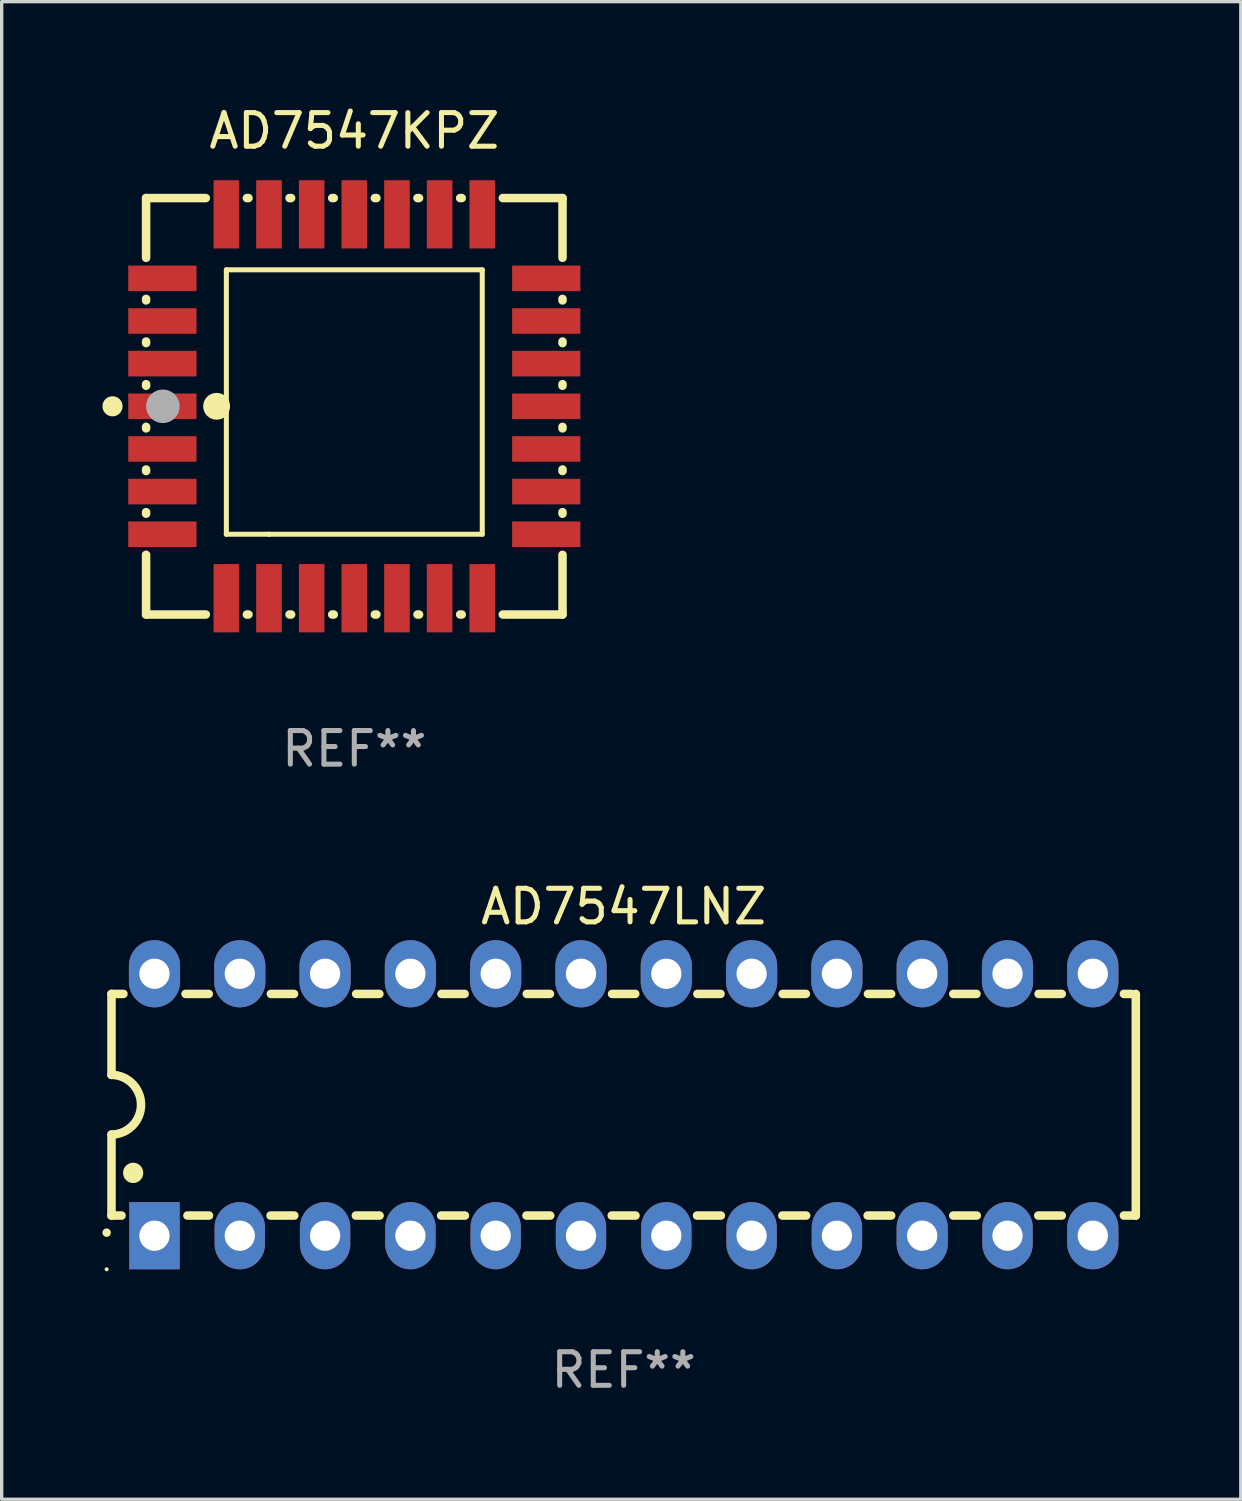
<source format=kicad_pcb>
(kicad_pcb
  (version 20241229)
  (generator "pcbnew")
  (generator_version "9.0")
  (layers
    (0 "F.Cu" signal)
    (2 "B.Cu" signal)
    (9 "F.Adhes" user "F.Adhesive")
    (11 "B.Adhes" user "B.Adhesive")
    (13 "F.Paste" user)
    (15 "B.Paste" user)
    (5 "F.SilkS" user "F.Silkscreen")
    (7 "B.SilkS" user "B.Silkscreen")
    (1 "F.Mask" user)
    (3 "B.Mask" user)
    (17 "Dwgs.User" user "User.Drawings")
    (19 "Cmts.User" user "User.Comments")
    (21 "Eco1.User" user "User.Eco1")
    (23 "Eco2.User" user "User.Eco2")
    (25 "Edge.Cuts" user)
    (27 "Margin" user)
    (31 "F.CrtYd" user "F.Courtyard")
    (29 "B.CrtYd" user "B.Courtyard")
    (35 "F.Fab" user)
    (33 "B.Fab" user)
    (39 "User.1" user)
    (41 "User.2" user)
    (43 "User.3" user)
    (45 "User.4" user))
  (footprint "AD7547KPZ"
    (layer "F.Cu")
    (at 7.5 9.048)
    (property "Reference" "AD7547KPZ" (at 0 -8.2 0) (layer "F.SilkS") (effects (font (size 1 1) (thickness 0.15))))
    (attr through_hole)
    (fp_line (start -6.2 -6.2) (end -4.422 -6.2) (stroke (width 0.254) (type solid)) (layer "F.SilkS"))
    (fp_line (start -6.2 -4.422) (end -6.2 -6.2) (stroke (width 0.254) (type solid)) (layer "F.SilkS"))
    (fp_line (start -6.2 -3.152) (end -6.2 -3.198) (stroke (width 0.254) (type solid)) (layer "F.SilkS"))
    (fp_line (start -6.2 -1.882) (end -6.2 -1.928) (stroke (width 0.254) (type solid)) (layer "F.SilkS"))
    (fp_line (start -6.2 -0.612) (end -6.2 -0.658) (stroke (width 0.254) (type solid)) (layer "F.SilkS"))
    (fp_line (start -6.2 0.658) (end -6.2 0.612) (stroke (width 0.254) (type solid)) (layer "F.SilkS"))
    (fp_line (start -6.2 1.928) (end -6.2 1.882) (stroke (width 0.254) (type solid)) (layer "F.SilkS"))
    (fp_line (start -6.2 3.198) (end -6.2 3.152) (stroke (width 0.254) (type solid)) (layer "F.SilkS"))
    (fp_line (start -6.2 6.2) (end -6.2 4.422) (stroke (width 0.254) (type solid)) (layer "F.SilkS"))
    (fp_line (start -4.422 6.2) (end -6.2 6.2) (stroke (width 0.254) (type solid)) (layer "F.SilkS"))
    (fp_line (start -3.81 -4.064) (end 3.81 -4.064) (stroke (width 0.15) (type solid)) (layer "F.SilkS"))
    (fp_line (start -3.81 3.81) (end -3.81 -4.064) (stroke (width 0.15) (type solid)) (layer "F.SilkS"))
    (fp_line (start -3.198 -6.2) (end -3.152 -6.2) (stroke (width 0.254) (type solid)) (layer "F.SilkS"))
    (fp_line (start -3.152 6.2) (end -3.198 6.2) (stroke (width 0.254) (type solid)) (layer "F.SilkS"))
    (fp_line (start -2.54 3.81) (end -3.81 3.81) (stroke (width 0.15) (type solid)) (layer "F.SilkS"))
    (fp_line (start -1.928 -6.2) (end -1.882 -6.2) (stroke (width 0.254) (type solid)) (layer "F.SilkS"))
    (fp_line (start -1.882 6.2) (end -1.928 6.2) (stroke (width 0.254) (type solid)) (layer "F.SilkS"))
    (fp_line (start -0.658 -6.2) (end -0.612 -6.2) (stroke (width 0.254) (type solid)) (layer "F.SilkS"))
    (fp_line (start -0.612 6.2) (end -0.658 6.2) (stroke (width 0.254) (type solid)) (layer "F.SilkS"))
    (fp_line (start 0.612 -6.2) (end 0.658 -6.2) (stroke (width 0.254) (type solid)) (layer "F.SilkS"))
    (fp_line (start 0.658 6.2) (end 0.612 6.2) (stroke (width 0.254) (type solid)) (layer "F.SilkS"))
    (fp_line (start 1.882 -6.2) (end 1.928 -6.2) (stroke (width 0.254) (type solid)) (layer "F.SilkS"))
    (fp_line (start 1.928 6.2) (end 1.882 6.2) (stroke (width 0.254) (type solid)) (layer "F.SilkS"))
    (fp_line (start 3.152 -6.2) (end 3.198 -6.2) (stroke (width 0.254) (type solid)) (layer "F.SilkS"))
    (fp_line (start 3.198 6.2) (end 3.152 6.2) (stroke (width 0.254) (type solid)) (layer "F.SilkS"))
    (fp_line (start 3.81 -4.064) (end 3.81 3.81) (stroke (width 0.15) (type solid)) (layer "F.SilkS"))
    (fp_line (start 3.81 3.81) (end -2.54 3.81) (stroke (width 0.15) (type solid)) (layer "F.SilkS"))
    (fp_line (start 4.422 -6.2) (end 6.2 -6.2) (stroke (width 0.254) (type solid)) (layer "F.SilkS"))
    (fp_line (start 6.2 -6.2) (end 6.2 -4.422) (stroke (width 0.254) (type solid)) (layer "F.SilkS"))
    (fp_line (start 6.2 -3.198) (end 6.2 -3.152) (stroke (width 0.254) (type solid)) (layer "F.SilkS"))
    (fp_line (start 6.2 -1.928) (end 6.2 -1.882) (stroke (width 0.254) (type solid)) (layer "F.SilkS"))
    (fp_line (start 6.2 -0.658) (end 6.2 -0.612) (stroke (width 0.254) (type solid)) (layer "F.SilkS"))
    (fp_line (start 6.2 0.612) (end 6.2 0.658) (stroke (width 0.254) (type solid)) (layer "F.SilkS"))
    (fp_line (start 6.2 1.882) (end 6.2 1.928) (stroke (width 0.254) (type solid)) (layer "F.SilkS"))
    (fp_line (start 6.2 3.152) (end 6.2 3.198) (stroke (width 0.254) (type solid)) (layer "F.SilkS"))
    (fp_line (start 6.2 4.422) (end 6.2 6.2) (stroke (width 0.254) (type solid)) (layer "F.SilkS"))
    (fp_line (start 6.2 6.2) (end 4.422 6.2) (stroke (width 0.254) (type solid)) (layer "F.SilkS"))
    (fp_circle (center -7.2 0) (end -7.05 0) (stroke (width 0.3) (type solid)) (fill no) (layer "F.SilkS"))
    (fp_circle (center -6.223 6.223) (end -6.193 6.223) (stroke (width 0.06) (type solid)) (fill no) (layer "F.SilkS"))
    (fp_circle (center -4.1 0) (end -3.9 0) (stroke (width 0.4) (type solid)) (fill no) (layer "F.SilkS"))
    (fp_circle (center -5.7 0) (end -5.45 0) (stroke (width 0.5) (type solid)) (fill no) (layer "F.Fab"))
    (fp_text user "REF**" (at 0 10.2 0) (layer "F.Fab") (effects (font (size 1 1) (thickness 0.15))))
    (pad "1" smd rect (at -5.715 0) (size 2.032 0.762) (layers "F.Cu" "F.Mask" "F.Paste"))
    (pad "2" smd rect (at -5.715 1.27) (size 2.032 0.762) (layers "F.Cu" "F.Mask" "F.Paste"))
    (pad "3" smd rect (at -5.715 2.54) (size 2.032 0.762) (layers "F.Cu" "F.Mask" "F.Paste"))
    (pad "4" smd rect (at -5.715 3.81) (size 2.032 0.762) (layers "F.Cu" "F.Mask" "F.Paste"))
    (pad "5" smd rect (at -3.81 5.715) (size 0.762 2.032) (layers "F.Cu" "F.Mask" "F.Paste"))
    (pad "6" smd rect (at -2.54 5.715) (size 0.762 2.032) (layers "F.Cu" "F.Mask" "F.Paste"))
    (pad "7" smd rect (at -1.27 5.715) (size 0.762 2.032) (layers "F.Cu" "F.Mask" "F.Paste"))
    (pad "8" smd rect (at 0 5.715) (size 0.762 2.032) (layers "F.Cu" "F.Mask" "F.Paste"))
    (pad "9" smd rect (at 1.27 5.715) (size 0.762 2.032) (layers "F.Cu" "F.Mask" "F.Paste"))
    (pad "10" smd rect (at 2.54 5.715) (size 0.762 2.032) (layers "F.Cu" "F.Mask" "F.Paste"))
    (pad "11" smd rect (at 3.81 5.715) (size 0.762 2.032) (layers "F.Cu" "F.Mask" "F.Paste"))
    (pad "12" smd rect (at 5.715 3.81) (size 2.032 0.762) (layers "F.Cu" "F.Mask" "F.Paste"))
    (pad "13" smd rect (at 5.715 2.54) (size 2.032 0.762) (layers "F.Cu" "F.Mask" "F.Paste"))
    (pad "14" smd rect (at 5.715 1.27) (size 2.032 0.762) (layers "F.Cu" "F.Mask" "F.Paste"))
    (pad "15" smd rect (at 5.715 0) (size 2.032 0.762) (layers "F.Cu" "F.Mask" "F.Paste"))
    (pad "16" smd rect (at 5.715 -1.27) (size 2.032 0.762) (layers "F.Cu" "F.Mask" "F.Paste"))
    (pad "17" smd rect (at 5.715 -2.54) (size 2.032 0.762) (layers "F.Cu" "F.Mask" "F.Paste"))
    (pad "18" smd rect (at 5.715 -3.81) (size 2.032 0.762) (layers "F.Cu" "F.Mask" "F.Paste"))
    (pad "19" smd rect (at 3.81 -5.715) (size 0.762 2.032) (layers "F.Cu" "F.Mask" "F.Paste"))
    (pad "20" smd rect (at 2.54 -5.715) (size 0.762 2.032) (layers "F.Cu" "F.Mask" "F.Paste"))
    (pad "21" smd rect (at 1.27 -5.715) (size 0.762 2.032) (layers "F.Cu" "F.Mask" "F.Paste"))
    (pad "22" smd rect (at 0 -5.715) (size 0.762 2.032) (layers "F.Cu" "F.Mask" "F.Paste"))
    (pad "23" smd rect (at -1.27 -5.715) (size 0.762 2.032) (layers "F.Cu" "F.Mask" "F.Paste"))
    (pad "24" smd rect (at -2.54 -5.715) (size 0.762 2.032) (layers "F.Cu" "F.Mask" "F.Paste"))
    (pad "25" smd rect (at -3.81 -5.715) (size 0.762 2.032) (layers "F.Cu" "F.Mask" "F.Paste"))
    (pad "26" smd rect (at -5.715 -3.81) (size 2.032 0.762) (layers "F.Cu" "F.Mask" "F.Paste"))
    (pad "27" smd rect (at -5.715 -2.54) (size 2.032 0.762) (layers "F.Cu" "F.Mask" "F.Paste"))
    (pad "28" smd rect (at -5.715 -1.27) (size 2.032 0.762) (layers "F.Cu" "F.Mask" "F.Paste")))
  (footprint "AD7547LNZ"
    (layer "F.Cu")
    (at 15.52 29.845)
    (property "Reference" "AD7547LNZ" (at 0 -5.9 0) (layer "F.SilkS") (effects (font (size 1 1) (thickness 0.15))))
    (attr through_hole)
    (fp_line (start -15.25 -3.3) (end -15.25 -0.889) (stroke (width 0.254) (type solid)) (layer "F.SilkS"))
    (fp_line (start -15.25 -3.3) (end -14.895 -3.3) (stroke (width 0.254) (type solid)) (layer "F.SilkS"))
    (fp_line (start -15.25 3.3) (end -15.25 0.889) (stroke (width 0.254) (type solid)) (layer "F.SilkS"))
    (fp_line (start -15.25 3.3) (end -14.951 3.3) (stroke (width 0.254) (type solid)) (layer "F.SilkS"))
    (fp_line (start -13.045 -3.3) (end -12.355 -3.3) (stroke (width 0.254) (type solid)) (layer "F.SilkS"))
    (fp_line (start -12.989 3.3) (end -12.347 3.3) (stroke (width 0.254) (type solid)) (layer "F.SilkS"))
    (fp_line (start -10.514 3.3) (end -9.807 3.3) (stroke (width 0.254) (type solid)) (layer "F.SilkS"))
    (fp_line (start -10.505 -3.3) (end -9.815 -3.3) (stroke (width 0.254) (type solid)) (layer "F.SilkS"))
    (fp_line (start -7.974 3.3) (end -7.267 3.3) (stroke (width 0.254) (type solid)) (layer "F.SilkS"))
    (fp_line (start -7.965 -3.3) (end -7.275 -3.3) (stroke (width 0.254) (type solid)) (layer "F.SilkS"))
    (fp_line (start -5.434 3.3) (end -4.727 3.3) (stroke (width 0.254) (type solid)) (layer "F.SilkS"))
    (fp_line (start -5.425 -3.3) (end -4.735 -3.3) (stroke (width 0.254) (type solid)) (layer "F.SilkS"))
    (fp_line (start -2.894 3.3) (end -2.187 3.3) (stroke (width 0.254) (type solid)) (layer "F.SilkS"))
    (fp_line (start -2.885 -3.3) (end -2.195 -3.3) (stroke (width 0.254) (type solid)) (layer "F.SilkS"))
    (fp_line (start -0.354 3.3) (end 0.353 3.3) (stroke (width 0.254) (type solid)) (layer "F.SilkS"))
    (fp_line (start -0.345 -3.3) (end 0.345 -3.3) (stroke (width 0.254) (type solid)) (layer "F.SilkS"))
    (fp_line (start 2.186 3.3) (end 2.893 3.3) (stroke (width 0.254) (type solid)) (layer "F.SilkS"))
    (fp_line (start 2.195 -3.3) (end 2.885 -3.3) (stroke (width 0.254) (type solid)) (layer "F.SilkS"))
    (fp_line (start 4.726 3.3) (end 5.434 3.3) (stroke (width 0.254) (type solid)) (layer "F.SilkS"))
    (fp_line (start 4.735 -3.3) (end 5.425 -3.3) (stroke (width 0.254) (type solid)) (layer "F.SilkS"))
    (fp_line (start 7.266 3.3) (end 7.965 3.3) (stroke (width 0.254) (type solid)) (layer "F.SilkS"))
    (fp_line (start 7.275 -3.3) (end 7.965 -3.3) (stroke (width 0.254) (type solid)) (layer "F.SilkS"))
    (fp_line (start 9.815 -3.3) (end 10.505 -3.3) (stroke (width 0.254) (type solid)) (layer "F.SilkS"))
    (fp_line (start 9.815 3.3) (end 10.514 3.3) (stroke (width 0.254) (type solid)) (layer "F.SilkS"))
    (fp_line (start 12.346 3.3) (end 13.045 3.3) (stroke (width 0.254) (type solid)) (layer "F.SilkS"))
    (fp_line (start 12.355 -3.3) (end 13.045 -3.3) (stroke (width 0.254) (type solid)) (layer "F.SilkS"))
    (fp_line (start 14.895 -3.3) (end 15.113 -3.3) (stroke (width 0.254) (type solid)) (layer "F.SilkS"))
    (fp_line (start 14.895 3.3) (end 15.25 3.3) (stroke (width 0.254) (type solid)) (layer "F.SilkS"))
    (fp_line (start 15.25 -3.3) (end 15.25 3.3) (stroke (width 0.254) (type solid)) (layer "F.SilkS"))
    (fp_arc (start -15.394971 3.810033) (mid -15.394978 3.808763) (end -15.394971 3.807493) (stroke (width 0.25) (type solid)) (layer "F.SilkS"))
    (fp_arc (start -15.251053 -0.890146) (mid -14.361467 -0.001067) (end -15.250038 0.889027) (stroke (width 0.254001) (type solid)) (layer "F.SilkS"))
    (fp_arc (start -14.605029 2.032029) (mid -14.60504 2.029489) (end -14.605029 2.026949) (stroke (width 0.6) (type solid)) (layer "F.SilkS"))
    (fp_circle (center -15.395 4.9) (end -15.365 4.9) (stroke (width 0.06) (type solid)) (fill no) (layer "F.SilkS"))
    (fp_text user "REF**" (at 0 7.9 0) (layer "F.Fab") (effects (font (size 1 1) (thickness 0.15))))
    (pad "1" thru_hole rect (at -13.97 3.9 90) (size 2 1.5) (drill 0.9) (layers "*.Cu" "*.Mask"))
    (pad "2" thru_hole oval (at -11.43 3.9 90) (size 2 1.5) (drill 0.9) (layers "*.Cu" "*.Mask"))
    (pad "3" thru_hole oval (at -8.89 3.9 90) (size 2 1.5) (drill 0.9) (layers "*.Cu" "*.Mask"))
    (pad "4" thru_hole oval (at -6.35 3.9 90) (size 2 1.5) (drill 0.9) (layers "*.Cu" "*.Mask"))
    (pad "5" thru_hole oval (at -3.81 3.9 90) (size 2 1.5) (drill 0.9) (layers "*.Cu" "*.Mask"))
    (pad "6" thru_hole oval (at -1.27 3.9 90) (size 2 1.5) (drill 0.9) (layers "*.Cu" "*.Mask"))
    (pad "7" thru_hole oval (at 1.27 3.9 90) (size 2 1.5) (drill 0.9) (layers "*.Cu" "*.Mask"))
    (pad "8" thru_hole oval (at 3.81 3.9 90) (size 2 1.5) (drill 0.9) (layers "*.Cu" "*.Mask"))
    (pad "9" thru_hole oval (at 6.35 3.9 90) (size 2 1.5) (drill 0.9) (layers "*.Cu" "*.Mask"))
    (pad "10" thru_hole oval (at 8.89 3.9 90) (size 2 1.524) (drill 0.9) (layers "*.Cu" "*.Mask"))
    (pad "11" thru_hole oval (at 11.43 3.9 90) (size 2 1.5) (drill 0.9) (layers "*.Cu" "*.Mask"))
    (pad "12" thru_hole oval (at 13.97 3.9 90) (size 2 1.524) (drill 0.9) (layers "*.Cu" "*.Mask"))
    (pad "13" thru_hole oval (at 13.97 -3.9 90) (size 2 1.524) (drill 0.9) (layers "*.Cu" "*.Mask"))
    (pad "14" thru_hole oval (at 11.43 -3.9 90) (size 2 1.524) (drill 0.9) (layers "*.Cu" "*.Mask"))
    (pad "15" thru_hole oval (at 8.89 -3.9 90) (size 2 1.524) (drill 0.9) (layers "*.Cu" "*.Mask"))
    (pad "16" thru_hole oval (at 6.35 -3.9 90) (size 2 1.524) (drill 0.9) (layers "*.Cu" "*.Mask"))
    (pad "17" thru_hole oval (at 3.81 -3.9 90) (size 2 1.524) (drill 0.9) (layers "*.Cu" "*.Mask"))
    (pad "18" thru_hole oval (at 1.27 -3.9 90) (size 2 1.524) (drill 0.9) (layers "*.Cu" "*.Mask"))
    (pad "19" thru_hole oval (at -1.27 -3.9 90) (size 2 1.524) (drill 0.9) (layers "*.Cu" "*.Mask"))
    (pad "20" thru_hole oval (at -3.81 -3.9 90) (size 2 1.524) (drill 0.9) (layers "*.Cu" "*.Mask"))
    (pad "21" thru_hole oval (at -6.35 -3.9 90) (size 2 1.524) (drill 0.9) (layers "*.Cu" "*.Mask"))
    (pad "22" thru_hole oval (at -8.89 -3.9 90) (size 2 1.524) (drill 0.9) (layers "*.Cu" "*.Mask"))
    (pad "23" thru_hole oval (at -11.43 -3.9 90) (size 2 1.524) (drill 0.9) (layers "*.Cu" "*.Mask"))
    (pad "24" thru_hole oval (at -13.97 -3.9 90) (size 2 1.524) (drill 0.9) (layers "*.Cu" "*.Mask")))
  (gr_rect
    (start -3 -3)
    (end 33.897 41.593)
    (stroke (width 0.1) (type default))
    (fill no)
    (layer "Edge.Cuts")))
</source>
